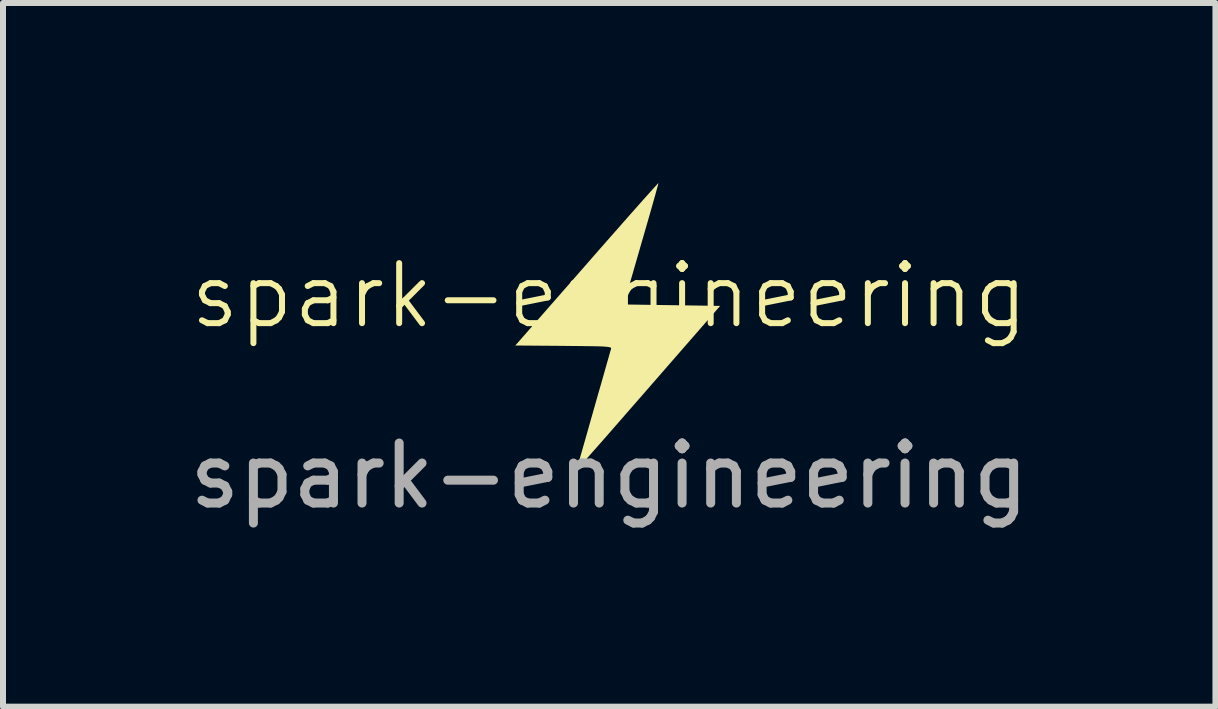
<source format=kicad_pcb>
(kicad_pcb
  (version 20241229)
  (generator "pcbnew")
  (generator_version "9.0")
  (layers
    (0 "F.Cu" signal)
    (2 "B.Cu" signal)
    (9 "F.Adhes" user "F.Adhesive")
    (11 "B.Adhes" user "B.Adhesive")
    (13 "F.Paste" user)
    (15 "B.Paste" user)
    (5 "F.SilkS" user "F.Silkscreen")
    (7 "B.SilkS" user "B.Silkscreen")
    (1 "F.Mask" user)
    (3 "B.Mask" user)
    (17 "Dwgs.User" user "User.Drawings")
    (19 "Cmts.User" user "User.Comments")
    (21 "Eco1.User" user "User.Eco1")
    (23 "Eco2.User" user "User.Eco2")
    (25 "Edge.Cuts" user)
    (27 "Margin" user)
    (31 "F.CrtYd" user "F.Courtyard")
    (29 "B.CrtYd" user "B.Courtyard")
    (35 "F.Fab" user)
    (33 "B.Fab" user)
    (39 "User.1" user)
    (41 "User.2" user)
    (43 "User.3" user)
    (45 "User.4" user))
  (footprint "spark-engineering"
    (layer "F.Cu")
    (at 7.101 2.377)
    (property "Reference" "spark-engineering" (at 0 -0.5 0) (unlocked yes) (layer "F.SilkS") (effects (font (size 1 1) (thickness 0.1))))
    (attr smd)
    (fp_poly (pts (xy 0.821 -2.377) (xy 0.814 -2.35) (xy 0.795 -2.281) (xy 0.766 -2.175) (xy 0.727 -2.037) (xy 0.68 -1.871) (xy 0.626 -1.684) (xy 0.567 -1.479) (xy 0.531 -1.355) (xy 0.242 -0.354) (xy 1.045 -0.342) (xy 1.848 -0.33) (xy 0.698 0.989) (xy 0.468 1.253) (xy 0.268 1.482) (xy 0.096 1.679) (xy -0.05 1.846) (xy -0.172 1.985) (xy -0.273 2.099) (xy -0.353 2.19) (xy -0.416 2.261) (xy -0.464 2.313) (xy -0.498 2.349) (xy -0.52 2.372) (xy -0.533 2.383) (xy -0.539 2.384) (xy -0.539 2.379) (xy -0.536 2.37) (xy -0.536 2.369) (xy -0.527 2.338) (xy -0.506 2.266) (xy -0.474 2.156) (xy -0.434 2.016) (xy -0.386 1.849) (xy -0.333 1.661) (xy -0.275 1.457) (xy -0.253 1.38) (xy -0.194 1.171) (xy -0.138 0.977) (xy -0.088 0.801) (xy -0.045 0.649) (xy -0.01 0.527) (xy 0.015 0.439) (xy 0.029 0.391) (xy 0.031 0.385) (xy 0.031 0.373) (xy 0.023 0.364) (xy 0 0.357) (xy -0.042 0.351) (xy -0.107 0.346) (xy -0.201 0.343) (xy -0.328 0.341) (xy -0.493 0.339) (xy -0.701 0.337) (xy -0.761 0.336) (xy -1.565 0.33) (xy -0.371 -1.033) (xy -0.179 -1.253) (xy 0.004 -1.461) (xy 0.175 -1.655) (xy 0.331 -1.832) (xy 0.47 -1.989) (xy 0.589 -2.123) (xy 0.687 -2.232) (xy 0.759 -2.312) (xy 0.805 -2.362) (xy 0.821 -2.377)) (stroke (width 0) (type solid)) (fill yes) (layer "F.SilkS"))
    (fp_text user "${REFERENCE}" (at 0 2.5 0) (unlocked yes) (layer "F.Fab") (effects (font (size 1 1) (thickness 0.15)))))
  (gr_rect
    (start -3 -3)
    (end 17.202 8.725)
    (stroke (width 0.1) (type default))
    (fill no)
    (layer "Edge.Cuts")))
</source>
